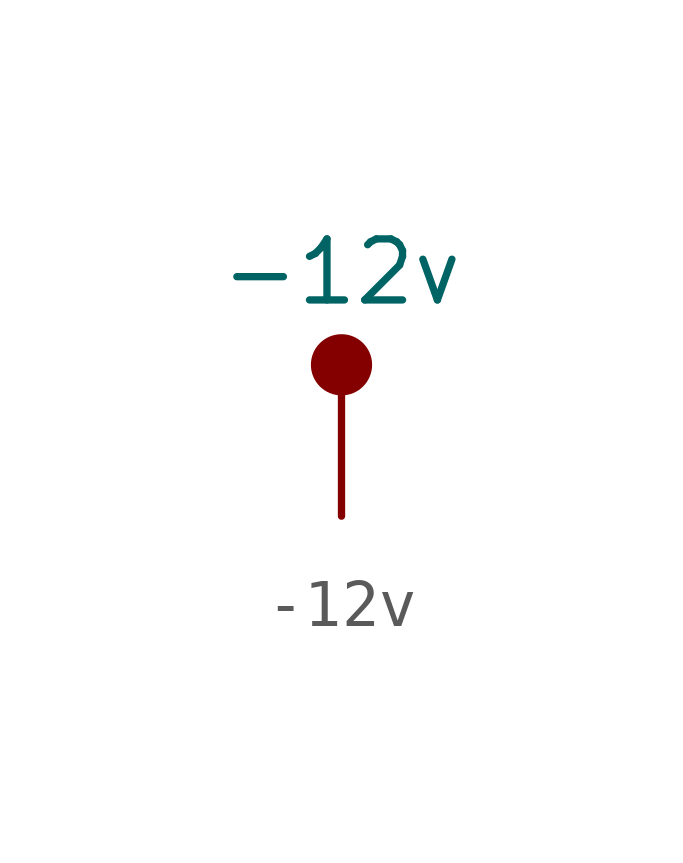
<source format=kicad_sym>
(kicad_symbol_lib
  (version 20231120)
  (generator "kicad_symbol_editor")
  (generator_version "8.0")
  (symbol "-12v"
    (power)
    (pin_numbers hide)
    (pin_names hide)
    (property "Reference" "#PWR"
      (at 4.724 3.708 0)
      (effects (font (size 1.27 1.27)) (hide yes)))
    (property "Value" "-12v"
      (at 0 3.81 0)
      (effects (font (size 1.27 1.27))))
    (symbol "-12v_1_1"
      (circle (center 0 1.88) (radius 0.561) (stroke (width 0) (type default)) (fill (type outline)))
      (pin power_in line (at 0 -1.27 90) (length 2.54) (name "-12v" (effects (font (size 1.27 1.27)))) (number "~" (effects (font (size 1.27 1.27))))))))
</source>
